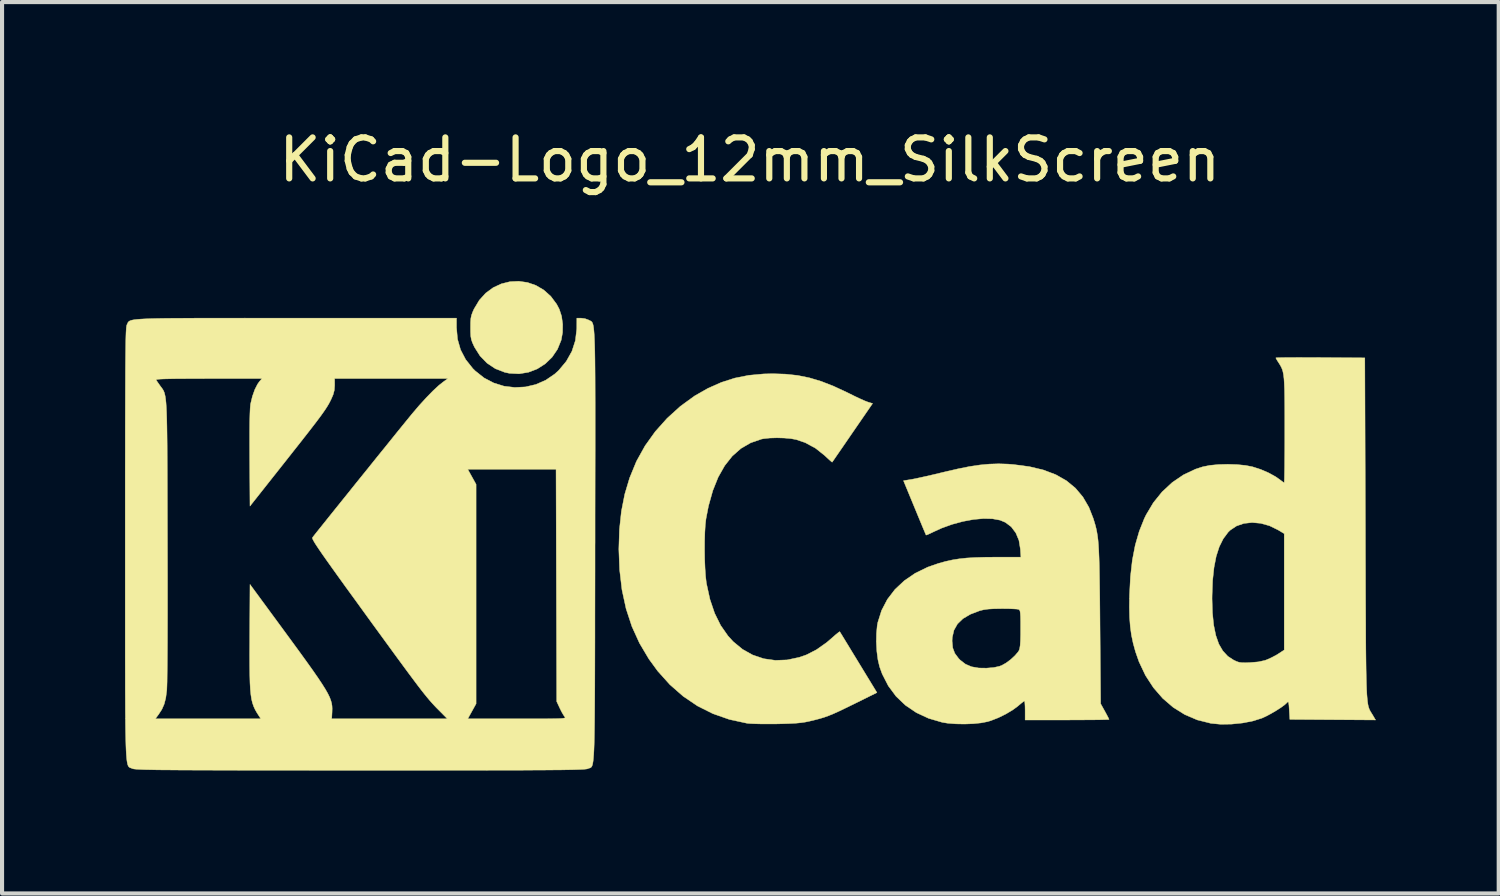
<source format=kicad_pcb>
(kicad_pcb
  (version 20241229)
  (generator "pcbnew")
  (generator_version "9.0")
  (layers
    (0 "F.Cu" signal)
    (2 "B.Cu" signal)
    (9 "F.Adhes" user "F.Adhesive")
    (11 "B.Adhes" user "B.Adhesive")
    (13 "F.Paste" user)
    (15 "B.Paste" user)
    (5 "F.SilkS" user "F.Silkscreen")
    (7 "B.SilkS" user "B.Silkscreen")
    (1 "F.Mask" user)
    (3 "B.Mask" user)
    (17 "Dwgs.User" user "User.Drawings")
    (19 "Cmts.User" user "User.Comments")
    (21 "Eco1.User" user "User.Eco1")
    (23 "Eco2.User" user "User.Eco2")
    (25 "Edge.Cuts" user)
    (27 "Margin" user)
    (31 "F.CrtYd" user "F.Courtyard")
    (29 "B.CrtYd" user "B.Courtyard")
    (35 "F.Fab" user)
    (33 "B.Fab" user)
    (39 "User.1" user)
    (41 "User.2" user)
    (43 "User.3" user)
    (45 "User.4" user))
  (footprint "KiCad-Logo_12mm_SilkScreen"
    (layer "F.Cu")
    (at 15.245 9.738)
    (property "Reference" "KiCad-Logo_12mm_SilkScreen" (at 0 -8.89 0) (layer "F.SilkS") (effects (font (size 1 1) (thickness 0.15))))
    (attr board_only exclude_from_pos_files exclude_from_bom allow_missing_courtyard)
    (fp_poly (pts (xy -5.423 -5.895) (xy -5.218 -5.824) (xy -5.027 -5.712) (xy -4.856 -5.559) (xy -4.712 -5.366) (xy -4.648 -5.244) (xy -4.592 -5.073) (xy -4.565 -4.876) (xy -4.568 -4.674) (xy -4.601 -4.49) (xy -4.692 -4.266) (xy -4.824 -4.072) (xy -4.991 -3.911) (xy -5.185 -3.787) (xy -5.399 -3.705) (xy -5.628 -3.667) (xy -5.865 -3.679) (xy -5.981 -3.704) (xy -6.208 -3.792) (xy -6.41 -3.927) (xy -6.582 -4.104) (xy -6.718 -4.319) (xy -6.729 -4.343) (xy -6.769 -4.431) (xy -6.794 -4.505) (xy -6.808 -4.583) (xy -6.813 -4.684) (xy -6.814 -4.793) (xy -6.813 -4.925) (xy -6.806 -5.019) (xy -6.79 -5.096) (xy -6.762 -5.173) (xy -6.728 -5.249) (xy -6.599 -5.464) (xy -6.441 -5.638) (xy -6.259 -5.771) (xy -6.06 -5.863) (xy -5.85 -5.915) (xy -5.636 -5.925) (xy -5.423 -5.895)) (stroke (width 0.01) (type solid)) (fill yes) (layer "F.SilkS"))
    (fp_poly (pts (xy 0.875 -3.659) (xy 1.17 -3.627) (xy 1.455 -3.569) (xy 1.743 -3.483) (xy 2.045 -3.365) (xy 2.372 -3.213) (xy 2.431 -3.184) (xy 2.566 -3.117) (xy 2.694 -3.057) (xy 2.801 -3.009) (xy 2.876 -2.98) (xy 2.887 -2.976) (xy 2.997 -2.943) (xy 2.506 -2.23) (xy 2.386 -2.055) (xy 2.277 -1.896) (xy 2.181 -1.757) (xy 2.103 -1.644) (xy 2.047 -1.562) (xy 2.015 -1.517) (xy 2.01 -1.51) (xy 1.99 -1.525) (xy 1.939 -1.57) (xy 1.867 -1.636) (xy 1.827 -1.674) (xy 1.603 -1.852) (xy 1.351 -1.988) (xy 1.133 -2.062) (xy 1.003 -2.086) (xy 0.84 -2.1) (xy 0.663 -2.105) (xy 0.491 -2.1) (xy 0.345 -2.085) (xy 0.286 -2.074) (xy 0.022 -1.983) (xy -0.216 -1.845) (xy -0.427 -1.659) (xy -0.612 -1.425) (xy -0.771 -1.144) (xy -0.902 -0.817) (xy -1.007 -0.443) (xy -1.069 -0.123) (xy -1.085 0.018) (xy -1.096 0.201) (xy -1.102 0.412) (xy -1.103 0.637) (xy -1.1 0.865) (xy -1.091 1.081) (xy -1.078 1.273) (xy -1.06 1.428) (xy -1.056 1.452) (xy -0.972 1.836) (xy -0.857 2.176) (xy -0.71 2.473) (xy -0.531 2.729) (xy -0.404 2.868) (xy -0.176 3.056) (xy 0.073 3.195) (xy 0.341 3.285) (xy 0.623 3.325) (xy 0.913 3.314) (xy 1.209 3.251) (xy 1.384 3.19) (xy 1.626 3.066) (xy 1.876 2.89) (xy 2.016 2.77) (xy 2.094 2.701) (xy 2.156 2.651) (xy 2.191 2.626) (xy 2.195 2.625) (xy 2.211 2.65) (xy 2.252 2.716) (xy 2.314 2.818) (xy 2.394 2.949) (xy 2.488 3.104) (xy 2.594 3.277) (xy 2.653 3.374) (xy 3.103 4.112) (xy 2.541 4.39) (xy 2.338 4.489) (xy 2.174 4.568) (xy 2.038 4.629) (xy 1.921 4.677) (xy 1.812 4.716) (xy 1.701 4.749) (xy 1.579 4.781) (xy 1.461 4.809) (xy 1.357 4.831) (xy 1.248 4.847) (xy 1.123 4.859) (xy 0.972 4.867) (xy 0.783 4.873) (xy 0.655 4.876) (xy 0.474 4.877) (xy 0.3 4.877) (xy 0.144 4.873) (xy 0.02 4.868) (xy -0.063 4.861) (xy -0.068 4.86) (xy -0.497 4.767) (xy -0.9 4.626) (xy -1.276 4.438) (xy -1.626 4.201) (xy -1.95 3.917) (xy -2.247 3.586) (xy -2.462 3.291) (xy -2.691 2.905) (xy -2.876 2.498) (xy -3.018 2.066) (xy -3.118 1.605) (xy -3.176 1.113) (xy -3.195 0.614) (xy -3.18 0.131) (xy -3.132 -0.315) (xy -3.05 -0.731) (xy -2.932 -1.125) (xy -2.777 -1.503) (xy -2.759 -1.543) (xy -2.555 -1.91) (xy -2.305 -2.259) (xy -2.015 -2.583) (xy -1.693 -2.875) (xy -1.346 -3.127) (xy -1.022 -3.312) (xy -0.695 -3.457) (xy -0.368 -3.562) (xy -0.027 -3.63) (xy 0.34 -3.664) (xy 0.56 -3.669) (xy 0.875 -3.659)) (stroke (width 0.01) (type solid)) (fill yes) (layer "F.SilkS"))
    (fp_poly (pts (xy 13.611 -4.064) (xy 13.843 -4.063) (xy 13.922 -4.063) (xy 15.008 -4.056) (xy 15.022 0.109) (xy 15.023 0.674) (xy 15.025 1.187) (xy 15.026 1.65) (xy 15.028 2.067) (xy 15.03 2.44) (xy 15.031 2.772) (xy 15.033 3.064) (xy 15.036 3.321) (xy 15.039 3.544) (xy 15.043 3.737) (xy 15.047 3.901) (xy 15.052 4.04) (xy 15.058 4.157) (xy 15.066 4.253) (xy 15.074 4.331) (xy 15.083 4.395) (xy 15.094 4.447) (xy 15.107 4.489) (xy 15.12 4.524) (xy 15.136 4.555) (xy 15.153 4.585) (xy 15.172 4.615) (xy 15.193 4.649) (xy 15.198 4.657) (xy 15.27 4.78) (xy 14.224 4.773) (xy 13.178 4.766) (xy 13.164 4.536) (xy 13.157 4.426) (xy 13.149 4.362) (xy 13.139 4.337) (xy 13.123 4.342) (xy 13.11 4.356) (xy 13.052 4.41) (xy 12.959 4.478) (xy 12.842 4.553) (xy 12.715 4.627) (xy 12.592 4.692) (xy 12.498 4.735) (xy 12.276 4.805) (xy 12.022 4.854) (xy 11.754 4.881) (xy 11.491 4.885) (xy 11.252 4.862) (xy 11.248 4.861) (xy 10.92 4.779) (xy 10.614 4.648) (xy 10.331 4.471) (xy 10.075 4.251) (xy 9.849 3.99) (xy 9.655 3.692) (xy 9.498 3.36) (xy 9.412 3.114) (xy 9.355 2.907) (xy 9.313 2.708) (xy 9.285 2.503) (xy 9.268 2.28) (xy 9.262 2.027) (xy 9.265 1.821) (xy 11.28 1.821) (xy 11.29 2.167) (xy 11.32 2.464) (xy 11.372 2.717) (xy 11.445 2.926) (xy 11.543 3.094) (xy 11.664 3.225) (xy 11.805 3.317) (xy 11.878 3.352) (xy 11.941 3.373) (xy 12.011 3.382) (xy 12.106 3.383) (xy 12.208 3.379) (xy 12.409 3.362) (xy 12.568 3.327) (xy 12.618 3.309) (xy 12.732 3.258) (xy 12.852 3.194) (xy 12.905 3.161) (xy 13.041 3.072) (xy 13.041 0.233) (xy 12.891 0.143) (xy 12.682 0.041) (xy 12.468 -0.019) (xy 12.257 -0.038) (xy 12.057 -0.016) (xy 11.877 0.046) (xy 11.723 0.149) (xy 11.673 0.198) (xy 11.553 0.359) (xy 11.456 0.554) (xy 11.381 0.787) (xy 11.328 1.06) (xy 11.294 1.377) (xy 11.281 1.742) (xy 11.28 1.821) (xy 9.265 1.821) (xy 9.266 1.735) (xy 9.289 1.285) (xy 9.335 0.88) (xy 9.406 0.512) (xy 9.503 0.177) (xy 9.626 -0.132) (xy 9.67 -0.223) (xy 9.848 -0.522) (xy 10.062 -0.787) (xy 10.308 -1.015) (xy 10.581 -1.201) (xy 10.877 -1.341) (xy 11.053 -1.398) (xy 11.227 -1.433) (xy 11.436 -1.453) (xy 11.663 -1.459) (xy 11.89 -1.452) (xy 12.1 -1.431) (xy 12.268 -1.398) (xy 12.469 -1.333) (xy 12.663 -1.249) (xy 12.833 -1.155) (xy 12.924 -1.091) (xy 12.986 -1.044) (xy 13.03 -1.015) (xy 13.04 -1.011) (xy 13.043 -1.037) (xy 13.046 -1.113) (xy 13.048 -1.232) (xy 13.051 -1.391) (xy 13.052 -1.582) (xy 13.054 -1.801) (xy 13.055 -2.043) (xy 13.055 -2.29) (xy 13.055 -2.606) (xy 13.054 -2.872) (xy 13.052 -3.093) (xy 13.049 -3.276) (xy 13.043 -3.424) (xy 13.036 -3.543) (xy 13.025 -3.638) (xy 13.011 -3.713) (xy 12.993 -3.775) (xy 12.97 -3.828) (xy 12.943 -3.878) (xy 12.911 -3.929) (xy 12.907 -3.935) (xy 12.865 -4.001) (xy 12.84 -4.046) (xy 12.837 -4.056) (xy 12.863 -4.059) (xy 12.938 -4.061) (xy 13.056 -4.063) (xy 13.212 -4.064) (xy 13.399 -4.065) (xy 13.611 -4.064)) (stroke (width 0.01) (type solid)) (fill yes) (layer "F.SilkS"))
    (fp_poly (pts (xy 6.301 -1.464) (xy 6.436 -1.453) (xy 6.823 -1.402) (xy 7.166 -1.32) (xy 7.467 -1.206) (xy 7.726 -1.059) (xy 7.946 -0.878) (xy 8.128 -0.662) (xy 8.275 -0.41) (xy 8.382 -0.137) (xy 8.409 -0.049) (xy 8.433 0.032) (xy 8.453 0.113) (xy 8.47 0.196) (xy 8.485 0.288) (xy 8.498 0.391) (xy 8.508 0.511) (xy 8.516 0.651) (xy 8.523 0.817) (xy 8.529 1.012) (xy 8.533 1.242) (xy 8.537 1.509) (xy 8.541 1.82) (xy 8.544 2.178) (xy 8.546 2.458) (xy 8.562 4.384) (xy 8.665 4.569) (xy 8.713 4.658) (xy 8.749 4.727) (xy 8.766 4.764) (xy 8.767 4.767) (xy 8.741 4.77) (xy 8.666 4.772) (xy 8.548 4.775) (xy 8.394 4.777) (xy 8.209 4.778) (xy 7.999 4.779) (xy 7.77 4.78) (xy 7.743 4.78) (xy 6.719 4.78) (xy 6.719 4.547) (xy 6.717 4.443) (xy 6.712 4.362) (xy 6.706 4.319) (xy 6.703 4.315) (xy 6.676 4.332) (xy 6.62 4.376) (xy 6.547 4.437) (xy 6.546 4.439) (xy 6.413 4.537) (xy 6.246 4.636) (xy 6.063 4.726) (xy 5.883 4.796) (xy 5.804 4.82) (xy 5.646 4.851) (xy 5.452 4.871) (xy 5.241 4.879) (xy 5.029 4.875) (xy 4.834 4.86) (xy 4.698 4.838) (xy 4.363 4.74) (xy 4.063 4.6) (xy 3.797 4.42) (xy 3.569 4.202) (xy 3.38 3.947) (xy 3.232 3.658) (xy 3.168 3.482) (xy 3.128 3.312) (xy 3.101 3.107) (xy 3.089 2.886) (xy 3.089 2.854) (xy 4.937 2.854) (xy 4.952 3.018) (xy 5.003 3.154) (xy 5.097 3.28) (xy 5.133 3.317) (xy 5.262 3.417) (xy 5.411 3.481) (xy 5.589 3.512) (xy 5.777 3.515) (xy 5.955 3.5) (xy 6.091 3.47) (xy 6.15 3.448) (xy 6.257 3.387) (xy 6.37 3.303) (xy 6.473 3.207) (xy 6.55 3.116) (xy 6.571 3.082) (xy 6.586 3.035) (xy 6.598 2.96) (xy 6.605 2.851) (xy 6.609 2.699) (xy 6.609 2.554) (xy 6.609 2.386) (xy 6.607 2.264) (xy 6.602 2.181) (xy 6.595 2.128) (xy 6.583 2.099) (xy 6.567 2.084) (xy 6.562 2.082) (xy 6.518 2.074) (xy 6.431 2.069) (xy 6.312 2.064) (xy 6.175 2.063) (xy 6.145 2.063) (xy 5.961 2.066) (xy 5.819 2.074) (xy 5.707 2.09) (xy 5.613 2.113) (xy 5.382 2.201) (xy 5.201 2.308) (xy 5.068 2.437) (xy 4.982 2.59) (xy 4.941 2.768) (xy 4.937 2.854) (xy 3.089 2.854) (xy 3.092 2.67) (xy 3.11 2.476) (xy 3.125 2.397) (xy 3.217 2.106) (xy 3.357 1.838) (xy 3.542 1.596) (xy 3.77 1.382) (xy 4.037 1.199) (xy 4.343 1.05) (xy 4.602 0.96) (xy 4.775 0.912) (xy 4.941 0.875) (xy 5.11 0.848) (xy 5.293 0.828) (xy 5.501 0.816) (xy 5.744 0.809) (xy 5.964 0.807) (xy 6.616 0.806) (xy 6.603 0.61) (xy 6.568 0.397) (xy 6.492 0.215) (xy 6.38 0.066) (xy 6.234 -0.043) (xy 6.106 -0.096) (xy 5.922 -0.13) (xy 5.703 -0.135) (xy 5.46 -0.113) (xy 5.202 -0.065) (xy 4.939 0.006) (xy 4.683 0.098) (xy 4.497 0.183) (xy 4.407 0.226) (xy 4.339 0.257) (xy 4.304 0.268) (xy 4.302 0.268) (xy 4.29 0.242) (xy 4.26 0.171) (xy 4.215 0.064) (xy 4.158 -0.074) (xy 4.091 -0.235) (xy 4.023 -0.4) (xy 3.751 -1.059) (xy 3.944 -1.09) (xy 4.028 -1.106) (xy 4.154 -1.133) (xy 4.312 -1.168) (xy 4.49 -1.209) (xy 4.677 -1.254) (xy 4.752 -1.272) (xy 5.076 -1.347) (xy 5.359 -1.404) (xy 5.613 -1.442) (xy 5.847 -1.464) (xy 6.073 -1.471) (xy 6.301 -1.464)) (stroke (width 0.01) (type solid)) (fill yes) (layer "F.SilkS"))
    (fp_poly (pts (xy -11.847 -5.025) (xy -11.321 -5.025) (xy -11.076 -5.025) (xy -7.156 -5.025) (xy -7.156 -4.794) (xy -7.131 -4.513) (xy -7.057 -4.254) (xy -6.932 -4.015) (xy -6.756 -3.794) (xy -6.696 -3.735) (xy -6.482 -3.566) (xy -6.246 -3.443) (xy -5.995 -3.365) (xy -5.735 -3.334) (xy -5.475 -3.347) (xy -5.221 -3.406) (xy -4.98 -3.511) (xy -4.76 -3.661) (xy -4.661 -3.751) (xy -4.476 -3.973) (xy -4.34 -4.216) (xy -4.255 -4.479) (xy -4.222 -4.759) (xy -4.221 -4.786) (xy -4.22 -5.025) (xy -4.115 -5.025) (xy -4.021 -5.013) (xy -3.936 -4.982) (xy -3.931 -4.979) (xy -3.912 -4.969) (xy -3.894 -4.961) (xy -3.878 -4.953) (xy -3.863 -4.943) (xy -3.85 -4.928) (xy -3.838 -4.907) (xy -3.827 -4.876) (xy -3.817 -4.834) (xy -3.809 -4.778) (xy -3.802 -4.707) (xy -3.795 -4.617) (xy -3.79 -4.507) (xy -3.785 -4.374) (xy -3.781 -4.216) (xy -3.778 -4.031) (xy -3.776 -3.817) (xy -3.774 -3.571) (xy -3.773 -3.29) (xy -3.772 -2.974) (xy -3.772 -2.619) (xy -3.772 -2.223) (xy -3.772 -1.784) (xy -3.773 -1.3) (xy -3.774 -0.769) (xy -3.775 -0.187) (xy -3.775 0.446) (xy -3.776 0.524) (xy -3.776 1.161) (xy -3.777 1.747) (xy -3.778 2.282) (xy -3.778 2.769) (xy -3.779 3.211) (xy -3.78 3.609) (xy -3.781 3.967) (xy -3.783 4.285) (xy -3.785 4.568) (xy -3.787 4.815) (xy -3.79 5.031) (xy -3.793 5.217) (xy -3.797 5.376) (xy -3.802 5.509) (xy -3.808 5.62) (xy -3.815 5.709) (xy -3.822 5.781) (xy -3.831 5.836) (xy -3.84 5.877) (xy -3.851 5.906) (xy -3.863 5.926) (xy -3.877 5.939) (xy -3.892 5.948) (xy -3.908 5.953) (xy -3.926 5.958) (xy -3.946 5.965) (xy -3.95 5.968) (xy -3.965 5.973) (xy -3.991 5.977) (xy -4.028 5.981) (xy -4.08 5.985) (xy -4.148 5.988) (xy -4.236 5.991) (xy -4.344 5.994) (xy -4.476 5.996) (xy -4.633 5.999) (xy -4.818 6) (xy -5.033 6.002) (xy -5.28 6.003) (xy -5.561 6.005) (xy -5.878 6.006) (xy -6.234 6.006) (xy -6.631 6.007) (xy -7.071 6.007) (xy -7.556 6.008) (xy -8.088 6.008) (xy -8.67 6.008) (xy -9.303 6.008) (xy -9.509 6.008) (xy -10.156 6.008) (xy -10.752 6.008) (xy -11.297 6.007) (xy -11.794 6.007) (xy -12.245 6.007) (xy -12.653 6.006) (xy -13.02 6.005) (xy -13.347 6.004) (xy -13.638 6.003) (xy -13.894 6.002) (xy -14.117 6) (xy -14.31 5.999) (xy -14.476 5.997) (xy -14.615 5.994) (xy -14.731 5.992) (xy -14.826 5.989) (xy -14.901 5.985) (xy -14.96 5.982) (xy -15.003 5.978) (xy -15.035 5.974) (xy -15.056 5.969) (xy -15.067 5.965) (xy -15.088 5.956) (xy -15.107 5.95) (xy -15.124 5.943) (xy -15.139 5.935) (xy -15.154 5.921) (xy -15.166 5.902) (xy -15.178 5.873) (xy -15.188 5.832) (xy -15.197 5.779) (xy -15.205 5.709) (xy -15.212 5.622) (xy -15.218 5.514) (xy -15.223 5.383) (xy -15.227 5.228) (xy -15.231 5.045) (xy -15.234 4.834) (xy -15.234 4.752) (xy -14.505 4.752) (xy -11.929 4.752) (xy -11.979 4.677) (xy -12.028 4.6) (xy -12.07 4.526) (xy -12.104 4.452) (xy -12.133 4.37) (xy -12.156 4.277) (xy -12.173 4.166) (xy -12.186 4.034) (xy -12.195 3.875) (xy -12.2 3.683) (xy -12.203 3.454) (xy -12.204 3.182) (xy -12.202 2.863) (xy -12.202 2.744) (xy -12.195 1.472) (xy -11.389 2.569) (xy -11.161 2.88) (xy -10.963 3.151) (xy -10.794 3.385) (xy -10.65 3.587) (xy -10.531 3.759) (xy -10.434 3.905) (xy -10.357 4.028) (xy -10.297 4.133) (xy -10.253 4.223) (xy -10.223 4.302) (xy -10.203 4.372) (xy -10.193 4.439) (xy -10.19 4.504) (xy -10.192 4.573) (xy -10.192 4.581) (xy -10.201 4.752) (xy -8.789 4.752) (xy -7.378 4.752) (xy -7.588 4.54) (xy -7.645 4.483) (xy -7.699 4.426) (xy -7.752 4.368) (xy -7.807 4.306) (xy -7.867 4.235) (xy -7.933 4.154) (xy -8.008 4.059) (xy -8.094 3.947) (xy -8.194 3.814) (xy -8.31 3.659) (xy -8.445 3.476) (xy -8.6 3.265) (xy -8.779 3.02) (xy -8.983 2.74) (xy -9.215 2.422) (xy -9.405 2.16) (xy -9.643 1.831) (xy -9.852 1.544) (xy -10.031 1.295) (xy -10.184 1.082) (xy -10.312 0.902) (xy -10.417 0.753) (xy -10.501 0.631) (xy -10.566 0.534) (xy -10.614 0.46) (xy -10.646 0.404) (xy -10.665 0.366) (xy -10.673 0.342) (xy -10.67 0.329) (xy -10.644 0.295) (xy -10.587 0.222) (xy -10.502 0.116) (xy -10.393 -0.02) (xy -10.264 -0.181) (xy -10.118 -0.363) (xy -9.958 -0.562) (xy -9.788 -0.773) (xy -9.612 -0.993) (xy -9.432 -1.216) (xy -9.333 -1.338) (xy -6.882 -1.338) (xy -6.678 -0.97) (xy -6.678 4.384) (xy -6.882 4.752) (xy -5.676 4.752) (xy -5.388 4.752) (xy -5.151 4.752) (xy -4.958 4.751) (xy -4.807 4.749) (xy -4.693 4.747) (xy -4.61 4.744) (xy -4.554 4.739) (xy -4.521 4.733) (xy -4.507 4.725) (xy -4.506 4.715) (xy -4.515 4.704) (xy -4.515 4.704) (xy -4.549 4.654) (xy -4.595 4.573) (xy -4.635 4.492) (xy -4.711 4.329) (xy -4.719 1.495) (xy -4.727 -1.338) (xy -6.882 -1.338) (xy -9.333 -1.338) (xy -9.253 -1.438) (xy -9.078 -1.656) (xy -8.909 -1.864) (xy -8.752 -2.059) (xy -8.609 -2.237) (xy -8.483 -2.392) (xy -8.378 -2.521) (xy -8.298 -2.619) (xy -8.251 -2.677) (xy -8.069 -2.891) (xy -7.893 -3.084) (xy -7.731 -3.25) (xy -7.588 -3.383) (xy -7.486 -3.464) (xy -7.366 -3.551) (xy -10.13 -3.551) (xy -10.129 -3.388) (xy -10.137 -3.269) (xy -10.166 -3.159) (xy -10.211 -3.054) (xy -10.24 -2.995) (xy -10.271 -2.936) (xy -10.308 -2.874) (xy -10.352 -2.805) (xy -10.408 -2.724) (xy -10.476 -2.629) (xy -10.562 -2.514) (xy -10.667 -2.377) (xy -10.794 -2.213) (xy -10.946 -2.019) (xy -11.127 -1.79) (xy -11.338 -1.522) (xy -11.362 -1.492) (xy -12.195 -0.439) (xy -12.203 -1.605) (xy -12.204 -1.955) (xy -12.204 -2.251) (xy -12.202 -2.494) (xy -12.197 -2.686) (xy -12.191 -2.826) (xy -12.183 -2.917) (xy -12.18 -2.935) (xy -12.136 -3.117) (xy -12.078 -3.281) (xy -12.011 -3.413) (xy -11.972 -3.469) (xy -11.903 -3.551) (xy -13.204 -3.551) (xy -13.515 -3.55) (xy -13.774 -3.549) (xy -13.987 -3.548) (xy -14.156 -3.545) (xy -14.286 -3.542) (xy -14.38 -3.538) (xy -14.442 -3.533) (xy -14.476 -3.526) (xy -14.486 -3.518) (xy -14.485 -3.516) (xy -14.458 -3.475) (xy -14.412 -3.409) (xy -14.388 -3.375) (xy -14.363 -3.342) (xy -14.341 -3.312) (xy -14.321 -3.283) (xy -14.304 -3.252) (xy -14.288 -3.215) (xy -14.275 -3.17) (xy -14.263 -3.114) (xy -14.253 -3.043) (xy -14.244 -2.956) (xy -14.237 -2.849) (xy -14.231 -2.719) (xy -14.226 -2.563) (xy -14.222 -2.379) (xy -14.219 -2.162) (xy -14.216 -1.912) (xy -14.215 -1.623) (xy -14.213 -1.295) (xy -14.212 -0.922) (xy -14.211 -0.504) (xy -14.21 -0.036) (xy -14.209 0.393) (xy -14.208 0.872) (xy -14.207 1.329) (xy -14.207 1.761) (xy -14.207 2.166) (xy -14.208 2.539) (xy -14.209 2.879) (xy -14.211 3.182) (xy -14.213 3.446) (xy -14.216 3.668) (xy -14.218 3.844) (xy -14.222 3.971) (xy -14.225 4.048) (xy -14.226 4.056) (xy -14.25 4.242) (xy -14.288 4.391) (xy -14.345 4.521) (xy -14.428 4.649) (xy -14.439 4.663) (xy -14.505 4.752) (xy -15.234 4.752) (xy -15.236 4.59) (xy -15.237 4.313) (xy -15.239 3.999) (xy -15.239 3.648) (xy -15.24 3.255) (xy -15.24 2.82) (xy -15.24 2.339) (xy -15.24 1.811) (xy -15.24 1.234) (xy -15.24 0.604) (xy -15.24 0.479) (xy -15.24 -0.157) (xy -15.24 -0.741) (xy -15.24 -1.274) (xy -15.239 -1.76) (xy -15.239 -2.2) (xy -15.238 -2.597) (xy -15.237 -2.952) (xy -15.236 -3.269) (xy -15.235 -3.549) (xy -15.234 -3.794) (xy -15.232 -4.008) (xy -15.23 -4.191) (xy -15.228 -4.346) (xy -15.226 -4.477) (xy -15.223 -4.583) (xy -15.22 -4.669) (xy -15.216 -4.736) (xy -15.213 -4.787) (xy -15.208 -4.823) (xy -15.204 -4.848) (xy -15.199 -4.862) (xy -15.199 -4.862) (xy -15.188 -4.885) (xy -15.18 -4.905) (xy -15.17 -4.923) (xy -15.157 -4.939) (xy -15.138 -4.953) (xy -15.11 -4.966) (xy -15.071 -4.977) (xy -15.017 -4.987) (xy -14.947 -4.995) (xy -14.858 -5.002) (xy -14.746 -5.008) (xy -14.61 -5.013) (xy -14.447 -5.017) (xy -14.254 -5.02) (xy -14.029 -5.022) (xy -13.768 -5.023) (xy -13.47 -5.025) (xy -13.131 -5.025) (xy -12.75 -5.025) (xy -12.323 -5.026) (xy -11.847 -5.025)) (stroke (width 0.01) (type solid)) (fill yes) (layer "F.SilkS")))
  (gr_rect
    (start -3 -3)
    (end 33.52 18.751)
    (stroke (width 0.1) (type default))
    (fill no)
    (layer "Edge.Cuts")))
</source>
